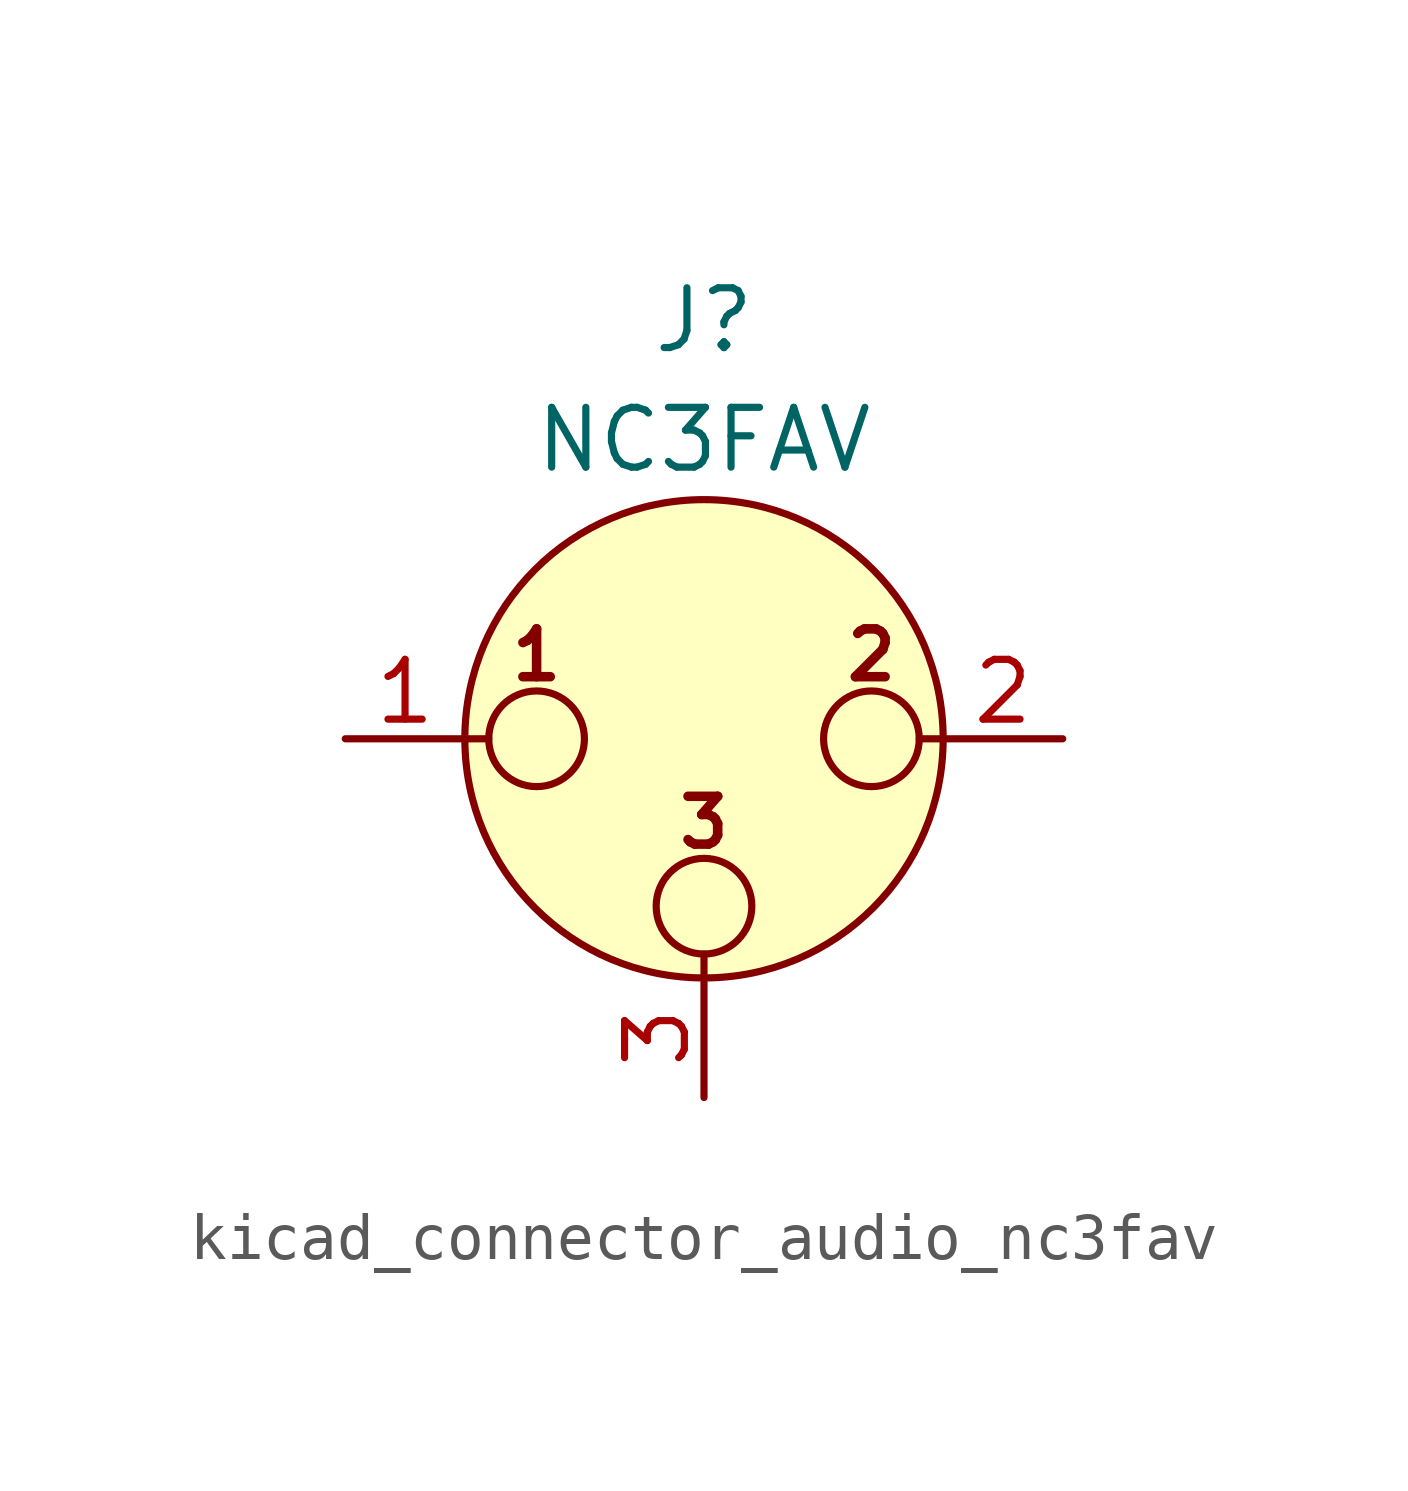
<source format=kicad_sym>
(kicad_symbol_lib
  (version 20220914)
  (generator kicad_symbol_editor)
  (symbol "kicad_connector_audio_nc3fav"
    (pin_names hide)
    (property "Reference" "J"
      (at 0 8.89 0)
      (effects (font (size 1.27 1.27))))
    (property "Value" "NC3FAV"
      (at 0 6.35 0)
      (effects (font (size 1.27 1.27))))
    (symbol "kicad_connector_audio_nc3fav_0_1"
      (circle (center -3.556 0) (radius 1.016) (stroke (width 0) (type default)) (fill (type none)))
      (circle (center 0 -3.556) (radius 1.016) (stroke (width 0) (type default)) (fill (type none)))
      (polyline (pts (xy -5.08 0) (xy -4.572 0)) (stroke (width 0) (type default)) (fill (type none)))
      (polyline (pts (xy 0 -5.08) (xy 0 -4.572)) (stroke (width 0) (type default)) (fill (type none)))
      (polyline (pts (xy 5.08 0) (xy 4.572 0)) (stroke (width 0) (type default)) (fill (type none)))
      (circle (center 0 0) (radius 5.08) (stroke (width 0) (type default)) (fill (type background)))
      (circle (center 3.556 0) (radius 1.016) (stroke (width 0) (type default)) (fill (type none)))
      (text "1" (at -3.556 1.778 0) (effects (font (size 1.016 1.016) bold)))
      (text "2" (at 3.556 1.778 0) (effects (font (size 1.016 1.016) bold)))
      (text "3" (at 0 -1.778 0) (effects (font (size 1.016 1.016) bold)))
      (pin passive line (at -7.62 0 0) (length 2.54) (name "~" (effects (font (size 1.27 1.27)))) (number "1" (effects (font (size 1.27 1.27)))))
      (pin passive line (at 7.62 0 180) (length 2.54) (name "~" (effects (font (size 1.27 1.27)))) (number "2" (effects (font (size 1.27 1.27)))))
      (pin passive line (at 0 -7.62 90) (length 2.54) (name "~" (effects (font (size 1.27 1.27)))) (number "3" (effects (font (size 1.27 1.27))))))))
</source>
